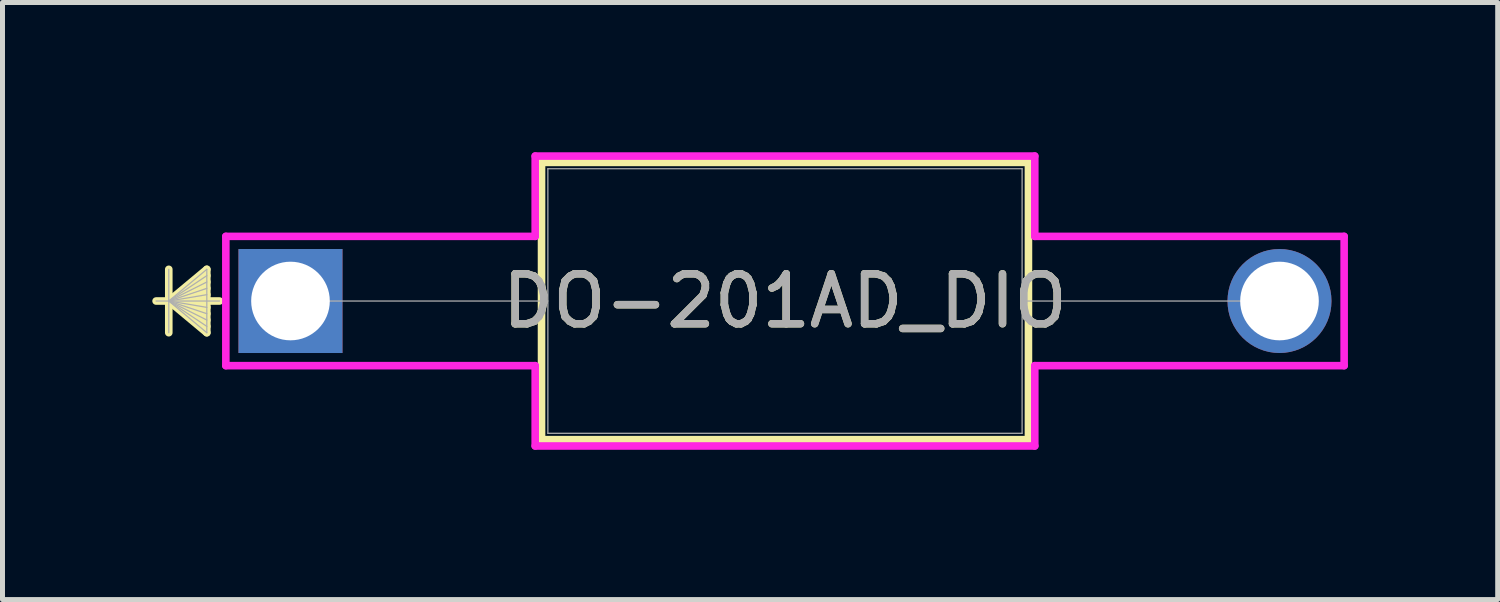
<source format=kicad_pcb>
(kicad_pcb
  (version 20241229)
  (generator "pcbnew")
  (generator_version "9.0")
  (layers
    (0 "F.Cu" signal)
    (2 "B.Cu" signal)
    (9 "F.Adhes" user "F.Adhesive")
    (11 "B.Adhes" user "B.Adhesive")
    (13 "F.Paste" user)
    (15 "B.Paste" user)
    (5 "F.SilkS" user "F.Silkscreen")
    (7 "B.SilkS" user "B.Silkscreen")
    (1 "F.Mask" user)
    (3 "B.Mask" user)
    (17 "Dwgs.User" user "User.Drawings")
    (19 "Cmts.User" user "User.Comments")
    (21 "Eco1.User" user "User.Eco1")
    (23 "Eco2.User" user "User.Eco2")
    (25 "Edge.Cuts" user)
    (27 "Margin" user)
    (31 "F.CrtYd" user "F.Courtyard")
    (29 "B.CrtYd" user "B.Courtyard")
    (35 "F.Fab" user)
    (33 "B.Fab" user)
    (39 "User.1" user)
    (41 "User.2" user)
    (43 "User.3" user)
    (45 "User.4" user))
  (footprint "DO-201AD_DIO"
    (layer "F.Cu")
    (at 2.769 2.98)
    (property "Reference" "DO-201AD_DIO" (at 9.906 0 0) (unlocked yes) (layer "F.SilkS") (effects (font (size 1 1) (thickness 0.15))))
    (attr through_hole)
    (fp_line (start -2.438 -0.635) (end -2.438 0.635) (stroke (width 0.152) (type solid)) (layer "F.SilkS"))
    (fp_line (start -2.438 0) (end -1.676 -0.635) (stroke (width 0.152) (type solid)) (layer "F.SilkS"))
    (fp_line (start -2.438 0) (end -1.676 -0.508) (stroke (width 0.152) (type solid)) (layer "F.SilkS"))
    (fp_line (start -2.438 0) (end -1.676 -0.381) (stroke (width 0.152) (type solid)) (layer "F.SilkS"))
    (fp_line (start -2.438 0) (end -1.676 -0.254) (stroke (width 0.152) (type solid)) (layer "F.SilkS"))
    (fp_line (start -2.438 0) (end -1.676 -0.127) (stroke (width 0.152) (type solid)) (layer "F.SilkS"))
    (fp_line (start -2.438 0) (end -1.676 0.127) (stroke (width 0.152) (type solid)) (layer "F.SilkS"))
    (fp_line (start -2.438 0) (end -1.676 0.254) (stroke (width 0.152) (type solid)) (layer "F.SilkS"))
    (fp_line (start -2.438 0) (end -1.676 0.381) (stroke (width 0.152) (type solid)) (layer "F.SilkS"))
    (fp_line (start -2.438 0) (end -1.676 0.508) (stroke (width 0.152) (type solid)) (layer "F.SilkS"))
    (fp_line (start -2.438 0) (end -1.676 0.635) (stroke (width 0.152) (type solid)) (layer "F.SilkS"))
    (fp_line (start -1.676 -0.635) (end -1.676 0.635) (stroke (width 0.152) (type solid)) (layer "F.SilkS"))
    (fp_line (start -1.422 0) (end -2.692 0) (stroke (width 0.152) (type solid)) (layer "F.SilkS"))
    (fp_line (start 5.029 -2.777) (end 5.029 2.777) (stroke (width 0.152) (type solid)) (layer "F.SilkS"))
    (fp_line (start 5.029 2.777) (end 14.783 2.777) (stroke (width 0.152) (type solid)) (layer "F.SilkS"))
    (fp_line (start 14.783 -2.777) (end 5.029 -2.777) (stroke (width 0.152) (type solid)) (layer "F.SilkS"))
    (fp_line (start 14.783 2.777) (end 14.783 -2.777) (stroke (width 0.152) (type solid)) (layer "F.SilkS"))
    (fp_line (start -1.295 -1.295) (end 4.902 -1.295) (stroke (width 0.152) (type solid)) (layer "F.CrtYd"))
    (fp_line (start -1.295 1.295) (end -1.295 -1.295) (stroke (width 0.152) (type solid)) (layer "F.CrtYd"))
    (fp_line (start 4.902 -2.904) (end 14.91 -2.904) (stroke (width 0.152) (type solid)) (layer "F.CrtYd"))
    (fp_line (start 4.902 -1.295) (end 4.902 -2.904) (stroke (width 0.152) (type solid)) (layer "F.CrtYd"))
    (fp_line (start 4.902 1.295) (end -1.295 1.295) (stroke (width 0.152) (type solid)) (layer "F.CrtYd"))
    (fp_line (start 4.902 2.904) (end 4.902 1.295) (stroke (width 0.152) (type solid)) (layer "F.CrtYd"))
    (fp_line (start 14.91 -2.904) (end 14.91 -1.295) (stroke (width 0.152) (type solid)) (layer "F.CrtYd"))
    (fp_line (start 14.91 -1.295) (end 21.107 -1.295) (stroke (width 0.152) (type solid)) (layer "F.CrtYd"))
    (fp_line (start 14.91 1.295) (end 14.91 2.904) (stroke (width 0.152) (type solid)) (layer "F.CrtYd"))
    (fp_line (start 14.91 2.904) (end 4.902 2.904) (stroke (width 0.152) (type solid)) (layer "F.CrtYd"))
    (fp_line (start 21.107 -1.295) (end 21.107 1.295) (stroke (width 0.152) (type solid)) (layer "F.CrtYd"))
    (fp_line (start 21.107 1.295) (end 14.91 1.295) (stroke (width 0.152) (type solid)) (layer "F.CrtYd"))
    (fp_line (start -2.438 -0.635) (end -2.438 0.635) (stroke (width 0.025) (type solid)) (layer "F.Fab"))
    (fp_line (start -2.438 0) (end -1.676 -0.635) (stroke (width 0.025) (type solid)) (layer "F.Fab"))
    (fp_line (start -2.438 0) (end -1.676 -0.508) (stroke (width 0.025) (type solid)) (layer "F.Fab"))
    (fp_line (start -2.438 0) (end -1.676 -0.381) (stroke (width 0.025) (type solid)) (layer "F.Fab"))
    (fp_line (start -2.438 0) (end -1.676 -0.254) (stroke (width 0.025) (type solid)) (layer "F.Fab"))
    (fp_line (start -2.438 0) (end -1.676 -0.127) (stroke (width 0.025) (type solid)) (layer "F.Fab"))
    (fp_line (start -2.438 0) (end -1.676 0.127) (stroke (width 0.025) (type solid)) (layer "F.Fab"))
    (fp_line (start -2.438 0) (end -1.676 0.254) (stroke (width 0.025) (type solid)) (layer "F.Fab"))
    (fp_line (start -2.438 0) (end -1.676 0.381) (stroke (width 0.025) (type solid)) (layer "F.Fab"))
    (fp_line (start -2.438 0) (end -1.676 0.508) (stroke (width 0.025) (type solid)) (layer "F.Fab"))
    (fp_line (start -2.438 0) (end -1.676 0.635) (stroke (width 0.025) (type solid)) (layer "F.Fab"))
    (fp_line (start -1.676 -0.635) (end -1.676 0.635) (stroke (width 0.025) (type solid)) (layer "F.Fab"))
    (fp_line (start -1.422 0) (end -2.692 0) (stroke (width 0.025) (type solid)) (layer "F.Fab"))
    (fp_line (start 0 0) (end 5.156 0) (stroke (width 0.025) (type solid)) (layer "F.Fab"))
    (fp_line (start 5.156 -2.65) (end 5.156 2.65) (stroke (width 0.025) (type solid)) (layer "F.Fab"))
    (fp_line (start 5.156 2.65) (end 14.656 2.65) (stroke (width 0.025) (type solid)) (layer "F.Fab"))
    (fp_line (start 14.656 -2.65) (end 5.156 -2.65) (stroke (width 0.025) (type solid)) (layer "F.Fab"))
    (fp_line (start 14.656 2.65) (end 14.656 -2.65) (stroke (width 0.025) (type solid)) (layer "F.Fab"))
    (fp_line (start 19.812 0) (end 14.656 0) (stroke (width 0.025) (type solid)) (layer "F.Fab"))
    (fp_text user "${REFERENCE}" (at 9.906 0 0) (unlocked yes) (layer "F.Fab") (effects (font (size 1 1) (thickness 0.15))))
    (pad "1" thru_hole rect (at 0 0) (size 2.083 2.083) (drill 1.575) (layers "*.Cu" "*.Mask"))
    (pad "2" thru_hole circle (at 19.812 0) (size 2.083 2.083) (drill 1.575) (layers "*.Cu" "*.Mask")))
  (gr_rect
    (start -3 -3)
    (end 26.952 8.96)
    (stroke (width 0.1) (type default))
    (fill no)
    (layer "Edge.Cuts")))
</source>
